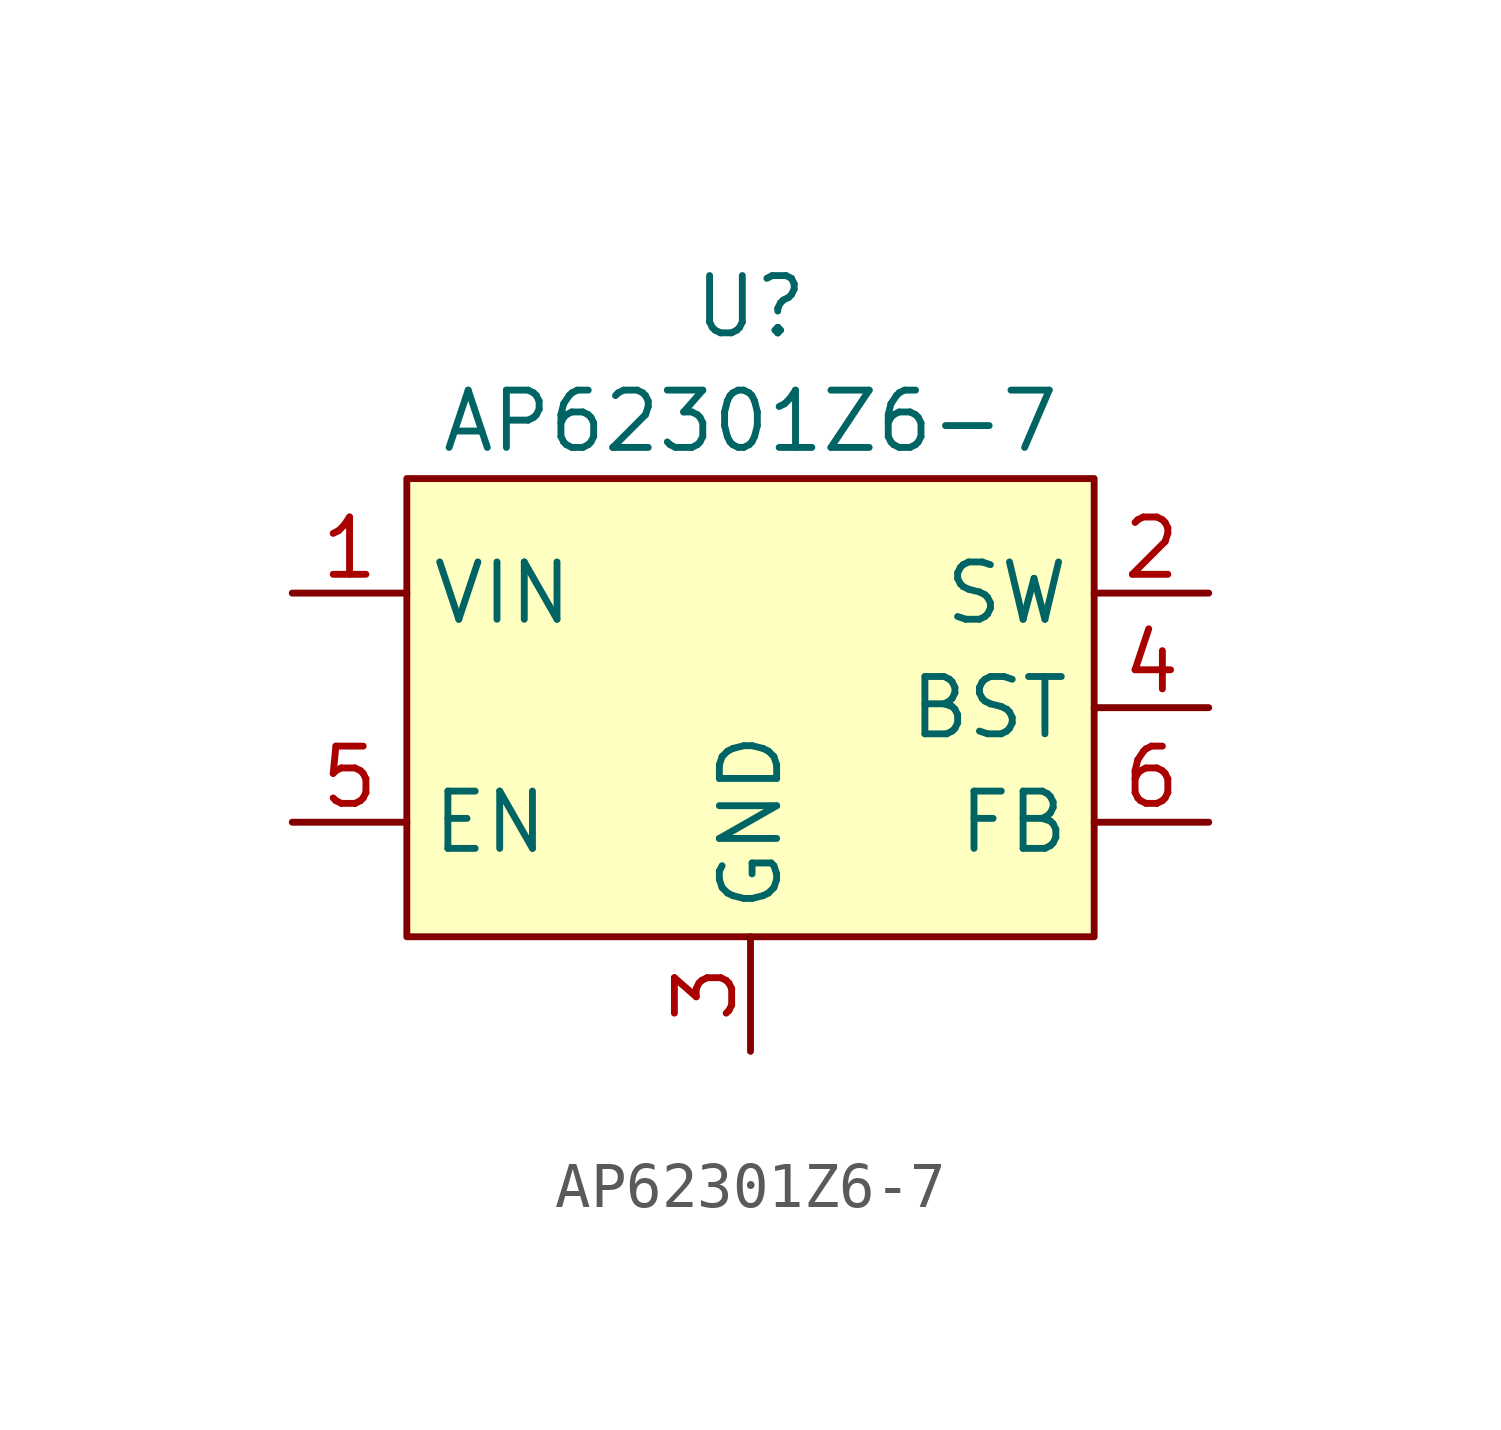
<source format=kicad_sym>
(kicad_symbol_lib
  (version 20220914)
  (generator kicad_symbol_editor)
  (symbol "AP62301Z6-7"
    (property "Reference" "U"
      (at 0 8.89 0)
      (effects (font (size 1.27 1.27))))
    (property "Value" "AP62301Z6-7"
      (at 0 6.35 0)
      (effects (font (size 1.27 1.27))))
    (symbol "AP62301Z6-7_0_1"
      (rectangle (start -7.62 5.08) (end 7.62 -5.08) (stroke (width 0) (type default)) (fill (type background))))
    (symbol "AP62301Z6-7_1_1"
      (pin power_in line (at -10.16 2.54 0) (length 2.54) (name "VIN" (effects (font (size 1.27 1.27)))) (number "1" (effects (font (size 1.27 1.27)))))
      (pin output line (at 10.16 2.54 180) (length 2.54) (name "SW" (effects (font (size 1.27 1.27)))) (number "2" (effects (font (size 1.27 1.27)))))
      (pin power_in line (at 0 -7.62 90) (length 2.54) (name "GND" (effects (font (size 1.27 1.27)))) (number "3" (effects (font (size 1.27 1.27)))))
      (pin passive line (at 10.16 0 180) (length 2.54) (name "BST" (effects (font (size 1.27 1.27)))) (number "4" (effects (font (size 1.27 1.27)))))
      (pin input line (at -10.16 -2.54 0) (length 2.54) (name "EN" (effects (font (size 1.27 1.27)))) (number "5" (effects (font (size 1.27 1.27)))))
      (pin input line (at 10.16 -2.54 180) (length 2.54) (name "FB" (effects (font (size 1.27 1.27)))) (number "6" (effects (font (size 1.27 1.27))))))))
</source>
